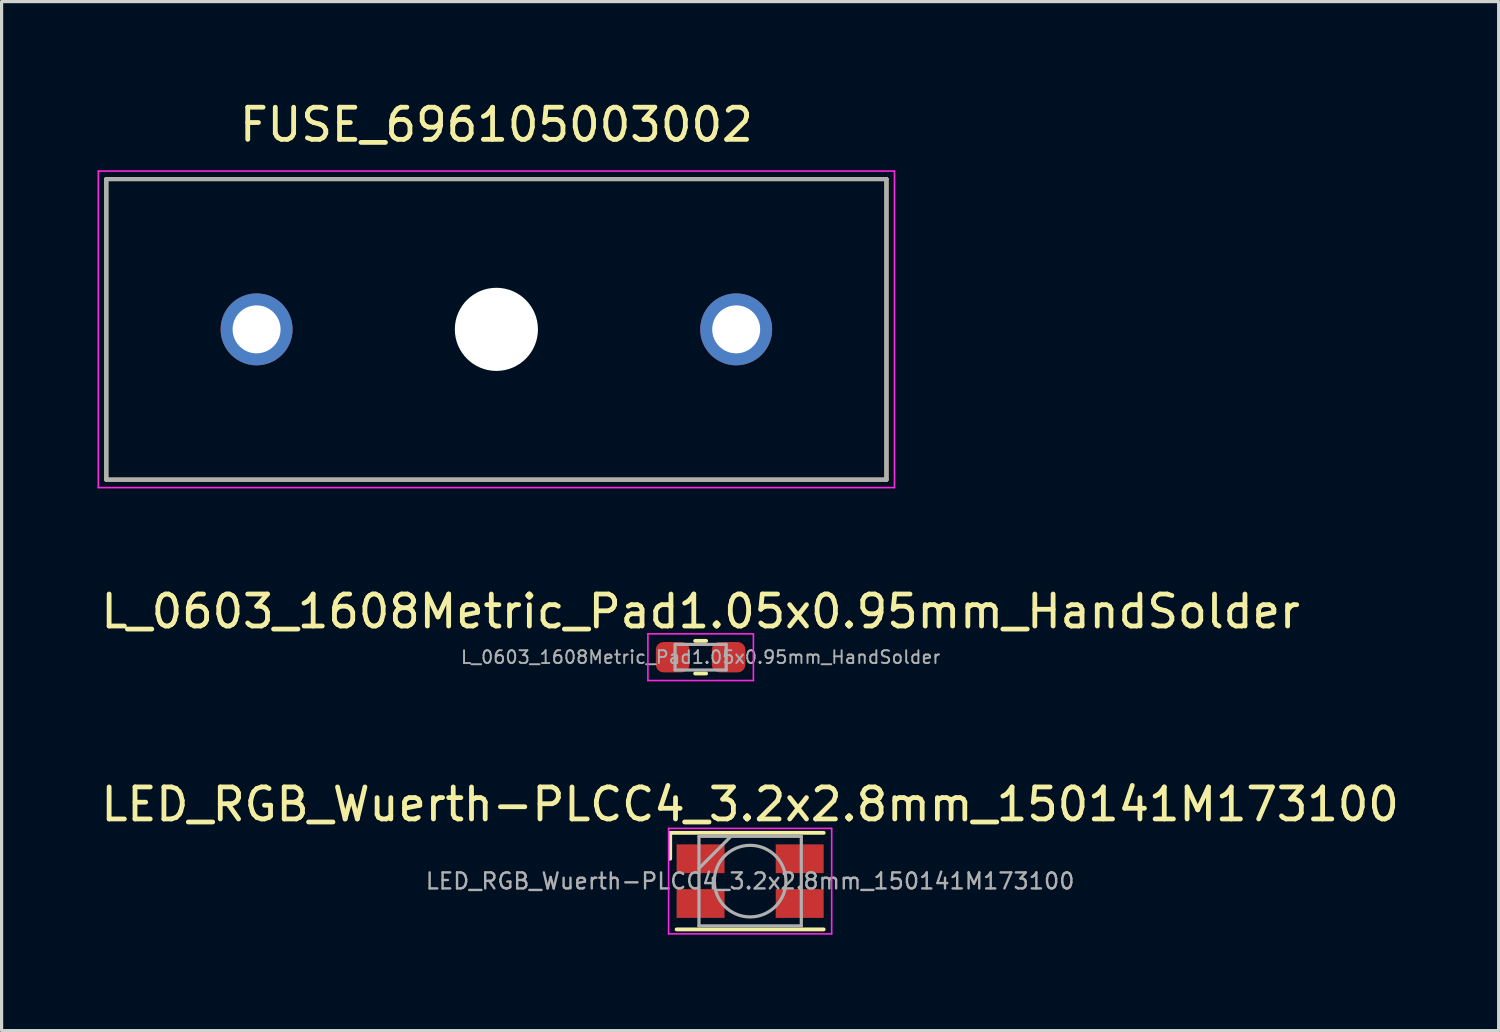
<source format=kicad_pcb>
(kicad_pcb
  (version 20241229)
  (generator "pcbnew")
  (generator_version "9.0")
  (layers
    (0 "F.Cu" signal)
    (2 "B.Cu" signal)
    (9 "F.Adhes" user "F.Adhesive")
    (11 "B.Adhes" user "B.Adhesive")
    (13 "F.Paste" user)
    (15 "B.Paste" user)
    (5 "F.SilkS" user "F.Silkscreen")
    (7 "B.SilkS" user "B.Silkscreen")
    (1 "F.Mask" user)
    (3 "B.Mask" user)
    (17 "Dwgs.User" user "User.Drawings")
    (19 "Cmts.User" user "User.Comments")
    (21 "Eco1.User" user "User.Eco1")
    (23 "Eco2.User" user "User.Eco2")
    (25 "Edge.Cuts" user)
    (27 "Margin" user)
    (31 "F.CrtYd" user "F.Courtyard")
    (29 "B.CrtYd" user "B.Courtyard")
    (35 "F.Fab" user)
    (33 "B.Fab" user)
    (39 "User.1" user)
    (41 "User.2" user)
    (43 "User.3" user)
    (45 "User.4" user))
  (footprint "FUSE_696105003002"
    (layer "F.Cu")
    (at 12.475 7.251)
    (property "Reference" "FUSE_696105003002" (at 0 -6.4 0) (layer "F.SilkS") (effects (font (size 1.005 1.005) (thickness 0.15))))
    (attr through_hole)
    (fp_line (start -12.2 -4.7) (end 12.2 -4.7) (stroke (width 0.127) (type solid)) (layer "F.SilkS"))
    (fp_line (start -12.2 4.7) (end -12.2 -4.7) (stroke (width 0.127) (type solid)) (layer "F.SilkS"))
    (fp_line (start 12.2 -4.7) (end 12.2 4.7) (stroke (width 0.127) (type solid)) (layer "F.SilkS"))
    (fp_line (start 12.2 4.7) (end -12.2 4.7) (stroke (width 0.127) (type solid)) (layer "F.SilkS"))
    (fp_line (start -12.45 -4.95) (end 12.45 -4.95) (stroke (width 0.05) (type solid)) (layer "F.CrtYd"))
    (fp_line (start -12.45 4.95) (end -12.45 -4.95) (stroke (width 0.05) (type solid)) (layer "F.CrtYd"))
    (fp_line (start 12.45 -4.95) (end 12.45 4.95) (stroke (width 0.05) (type solid)) (layer "F.CrtYd"))
    (fp_line (start 12.45 4.95) (end -12.45 4.95) (stroke (width 0.05) (type solid)) (layer "F.CrtYd"))
    (fp_line (start -12.2 -4.7) (end 12.2 -4.7) (stroke (width 0.127) (type solid)) (layer "F.Fab"))
    (fp_line (start -12.2 4.7) (end -12.2 -4.7) (stroke (width 0.127) (type solid)) (layer "F.Fab"))
    (fp_line (start 12.2 -4.7) (end 12.2 4.7) (stroke (width 0.127) (type solid)) (layer "F.Fab"))
    (fp_line (start 12.2 4.7) (end -12.2 4.7) (stroke (width 0.127) (type solid)) (layer "F.Fab"))
    (pad "" np_thru_hole circle (at 0 0) (size 2.6 2.6) (drill 2.6) (layers "*.Cu" "*.Mask"))
    (pad "1" thru_hole circle (at -7.5 0) (size 2.25 2.25) (drill 1.5) (layers "*.Cu" "*.Mask"))
    (pad "2" thru_hole circle (at 7.5 0) (size 2.25 2.25) (drill 1.5) (layers "*.Cu" "*.Mask")))
  (footprint "L_0603_1608Metric_Pad1.05x0.95mm_HandSolder"
    (layer "F.Cu")
    (at 18.863 17.504)
    (property "Reference" "L_0603_1608Metric_Pad1.05x0.95mm_HandSolder" (at 0 -1.43 180) (layer "F.SilkS") (effects (font (size 1 1) (thickness 0.15))))
    (attr smd)
    (fp_line (start -0.171 -0.51) (end 0.171 -0.51) (stroke (width 0.12) (type solid)) (layer "F.SilkS"))
    (fp_line (start -0.171 0.51) (end 0.171 0.51) (stroke (width 0.12) (type solid)) (layer "F.SilkS"))
    (fp_line (start -1.65 -0.73) (end 1.65 -0.73) (stroke (width 0.05) (type solid)) (layer "F.CrtYd"))
    (fp_line (start -1.65 0.73) (end -1.65 -0.73) (stroke (width 0.05) (type solid)) (layer "F.CrtYd"))
    (fp_line (start 1.65 -0.73) (end 1.65 0.73) (stroke (width 0.05) (type solid)) (layer "F.CrtYd"))
    (fp_line (start 1.65 0.73) (end -1.65 0.73) (stroke (width 0.05) (type solid)) (layer "F.CrtYd"))
    (fp_line (start -0.8 -0.4) (end 0.8 -0.4) (stroke (width 0.1) (type solid)) (layer "F.Fab"))
    (fp_line (start -0.8 0.4) (end -0.8 -0.4) (stroke (width 0.1) (type solid)) (layer "F.Fab"))
    (fp_line (start 0.8 -0.4) (end 0.8 0.4) (stroke (width 0.1) (type solid)) (layer "F.Fab"))
    (fp_line (start 0.8 0.4) (end -0.8 0.4) (stroke (width 0.1) (type solid)) (layer "F.Fab"))
    (fp_text user "${REFERENCE}" (at 0 0 180) (layer "F.Fab") (effects (font (size 0.4 0.4) (thickness 0.06))))
    (pad "1" smd roundrect (at -0.875 0) (size 1.05 0.95) (layers "F.Cu" "F.Mask" "F.Paste") (roundrect_rratio 0.25))
    (pad "2" smd roundrect (at 0.875 0) (size 1.05 0.95) (layers "F.Cu" "F.Mask" "F.Paste") (roundrect_rratio 0.25)))
  (footprint "LED_RGB_Wuerth-PLCC4_3.2x2.8mm_150141M173100"
    (layer "F.Cu")
    (at 20.411 24.508)
    (property "Reference" "LED_RGB_Wuerth-PLCC4_3.2x2.8mm_150141M173100" (at 0 -2.4 0) (layer "F.SilkS") (effects (font (size 1 1) (thickness 0.15))))
    (attr smd)
    (fp_line (start -2.5 -1.51) (end 2.3 -1.51) (stroke (width 0.12) (type solid)) (layer "F.SilkS"))
    (fp_line (start -2.5 -0.7) (end -2.5 -1.51) (stroke (width 0.12) (type solid)) (layer "F.SilkS"))
    (fp_line (start -2.3 1.51) (end 2.3 1.51) (stroke (width 0.12) (type solid)) (layer "F.SilkS"))
    (fp_line (start -2.55 -1.65) (end -2.55 1.65) (stroke (width 0.05) (type solid)) (layer "F.CrtYd"))
    (fp_line (start -2.55 1.65) (end 2.55 1.65) (stroke (width 0.05) (type solid)) (layer "F.CrtYd"))
    (fp_line (start 2.55 -1.65) (end -2.55 -1.65) (stroke (width 0.05) (type solid)) (layer "F.CrtYd"))
    (fp_line (start 2.55 1.65) (end 2.55 -1.65) (stroke (width 0.05) (type solid)) (layer "F.CrtYd"))
    (fp_line (start -1.6 -1.4) (end -1.6 1.4) (stroke (width 0.1) (type solid)) (layer "F.Fab"))
    (fp_line (start -1.6 1.4) (end 1.6 1.4) (stroke (width 0.1) (type solid)) (layer "F.Fab"))
    (fp_line (start -0.6 -1.4) (end -1.6 -0.4) (stroke (width 0.1) (type solid)) (layer "F.Fab"))
    (fp_line (start 1.6 -1.4) (end -1.6 -1.4) (stroke (width 0.1) (type solid)) (layer "F.Fab"))
    (fp_line (start 1.6 1.4) (end 1.6 -1.4) (stroke (width 0.1) (type solid)) (layer "F.Fab"))
    (fp_circle (center 0 0) (end 1.12 0) (stroke (width 0.1) (type solid)) (fill no) (layer "F.Fab"))
    (fp_text user "${REFERENCE}" (at 0 0 0) (layer "F.Fab") (effects (font (size 0.5 0.5) (thickness 0.075))))
    (pad "1" smd rect (at 1.55 -0.7) (size 1.5 0.9) (layers "F.Cu" "F.Mask" "F.Paste"))
    (pad "2" smd rect (at 1.55 0.7) (size 1.5 0.9) (layers "F.Cu" "F.Mask" "F.Paste"))
    (pad "3" smd rect (at -1.55 -0.7) (size 1.5 0.9) (layers "F.Cu" "F.Mask" "F.Paste"))
    (pad "4" smd rect (at -1.55 0.7) (size 1.5 0.9) (layers "F.Cu" "F.Mask" "F.Paste")))
  (gr_rect
    (start -3 -3)
    (end 43.821 29.183)
    (stroke (width 0.1) (type default))
    (fill no)
    (layer "Edge.Cuts")))
</source>
